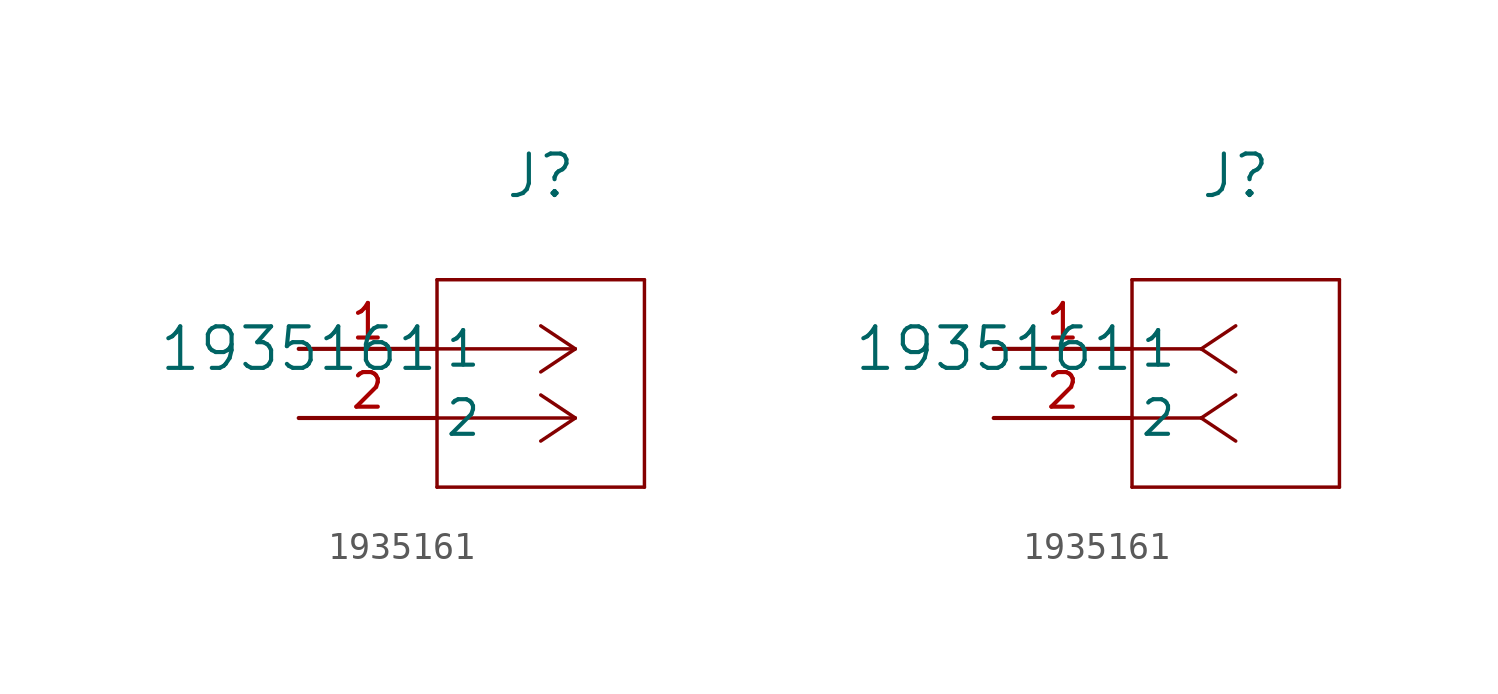
<source format=kicad_sym>
(kicad_symbol_lib
  (version 20211014)
  (generator kicad_symbol_editor)
  (symbol "1935161"
    (pin_names
      (offset 0.254))
    (property "Reference" "J"
      (at 8.89 6.35 0)
      (effects (font (size 1.524 1.524))))
    (property "Value" "1935161"
      (at 0 0 0)
      (effects (font (size 1.524 1.524))))
    (symbol "1935161_1_1"
      (polyline (pts (xy 10.16 0) (xy 5.08 0)) (stroke (width 0.127) (type default) (color 0 0 0 0)) (fill (type none)))
      (polyline (pts (xy 10.16 -2.54) (xy 5.08 -2.54)) (stroke (width 0.127) (type default) (color 0 0 0 0)) (fill (type none)))
      (polyline (pts (xy 10.16 0) (xy 8.89 0.847)) (stroke (width 0.127) (type default) (color 0 0 0 0)) (fill (type none)))
      (polyline (pts (xy 10.16 -2.54) (xy 8.89 -1.693)) (stroke (width 0.127) (type default) (color 0 0 0 0)) (fill (type none)))
      (polyline (pts (xy 10.16 0) (xy 8.89 -0.847)) (stroke (width 0.127) (type default) (color 0 0 0 0)) (fill (type none)))
      (polyline (pts (xy 10.16 -2.54) (xy 8.89 -3.387)) (stroke (width 0.127) (type default) (color 0 0 0 0)) (fill (type none)))
      (polyline (pts (xy 5.08 2.54) (xy 5.08 -5.08)) (stroke (width 0.127) (type default) (color 0 0 0 0)) (fill (type none)))
      (polyline (pts (xy 5.08 -5.08) (xy 12.7 -5.08)) (stroke (width 0.127) (type default) (color 0 0 0 0)) (fill (type none)))
      (polyline (pts (xy 12.7 -5.08) (xy 12.7 2.54)) (stroke (width 0.127) (type default) (color 0 0 0 0)) (fill (type none)))
      (polyline (pts (xy 12.7 2.54) (xy 5.08 2.54)) (stroke (width 0.127) (type default) (color 0 0 0 0)) (fill (type none)))
      (pin unspecified line (at 0 0 0) (length 5.08) (name "1" (effects (font (size 1.27 1.27)))) (number "1" (effects (font (size 1.27 1.27)))))
      (pin unspecified line (at 0 -2.54 0) (length 5.08) (name "2" (effects (font (size 1.27 1.27)))) (number "2" (effects (font (size 1.27 1.27))))))
    (symbol "1935161_1_2"
      (polyline (pts (xy 7.62 0) (xy 5.08 0)) (stroke (width 0.127) (type default) (color 0 0 0 0)) (fill (type none)))
      (polyline (pts (xy 7.62 -2.54) (xy 5.08 -2.54)) (stroke (width 0.127) (type default) (color 0 0 0 0)) (fill (type none)))
      (polyline (pts (xy 7.62 0) (xy 8.89 0.847)) (stroke (width 0.127) (type default) (color 0 0 0 0)) (fill (type none)))
      (polyline (pts (xy 7.62 -2.54) (xy 8.89 -1.693)) (stroke (width 0.127) (type default) (color 0 0 0 0)) (fill (type none)))
      (polyline (pts (xy 7.62 0) (xy 8.89 -0.847)) (stroke (width 0.127) (type default) (color 0 0 0 0)) (fill (type none)))
      (polyline (pts (xy 7.62 -2.54) (xy 8.89 -3.387)) (stroke (width 0.127) (type default) (color 0 0 0 0)) (fill (type none)))
      (polyline (pts (xy 5.08 2.54) (xy 5.08 -5.08)) (stroke (width 0.127) (type default) (color 0 0 0 0)) (fill (type none)))
      (polyline (pts (xy 5.08 -5.08) (xy 12.7 -5.08)) (stroke (width 0.127) (type default) (color 0 0 0 0)) (fill (type none)))
      (polyline (pts (xy 12.7 -5.08) (xy 12.7 2.54)) (stroke (width 0.127) (type default) (color 0 0 0 0)) (fill (type none)))
      (polyline (pts (xy 12.7 2.54) (xy 5.08 2.54)) (stroke (width 0.127) (type default) (color 0 0 0 0)) (fill (type none)))
      (pin unspecified line (at 0 0 0) (length 5.08) (name "1" (effects (font (size 1.27 1.27)))) (number "1" (effects (font (size 1.27 1.27)))))
      (pin unspecified line (at 0 -2.54 0) (length 5.08) (name "2" (effects (font (size 1.27 1.27)))) (number "2" (effects (font (size 1.27 1.27))))))))
</source>
